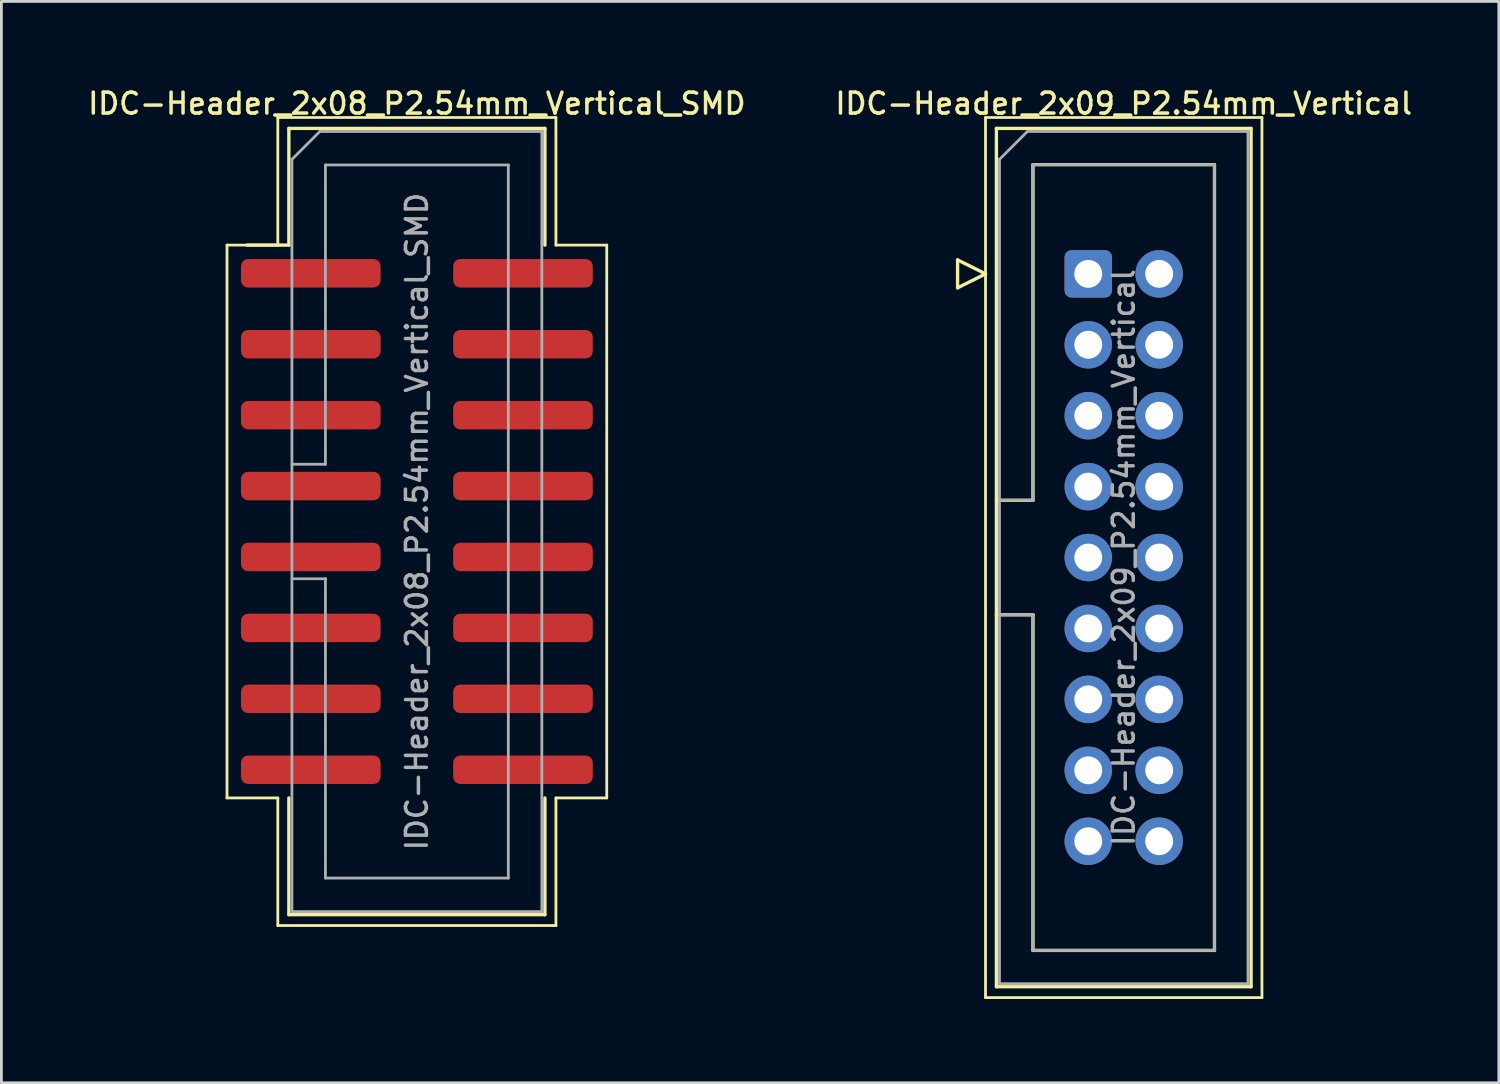
<source format=kicad_pcb>
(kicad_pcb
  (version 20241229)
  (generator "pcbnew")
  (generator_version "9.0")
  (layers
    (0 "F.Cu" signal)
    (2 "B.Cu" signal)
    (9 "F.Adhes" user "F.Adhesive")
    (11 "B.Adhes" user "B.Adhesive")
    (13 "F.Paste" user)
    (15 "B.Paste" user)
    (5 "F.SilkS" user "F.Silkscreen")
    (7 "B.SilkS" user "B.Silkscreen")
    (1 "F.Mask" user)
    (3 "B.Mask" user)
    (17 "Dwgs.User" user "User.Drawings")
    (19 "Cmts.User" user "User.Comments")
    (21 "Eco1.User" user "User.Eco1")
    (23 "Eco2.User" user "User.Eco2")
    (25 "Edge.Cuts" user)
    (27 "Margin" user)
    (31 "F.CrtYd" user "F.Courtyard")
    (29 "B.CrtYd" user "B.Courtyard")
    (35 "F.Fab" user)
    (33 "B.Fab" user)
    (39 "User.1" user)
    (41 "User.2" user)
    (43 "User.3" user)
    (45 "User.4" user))
  (footprint "IDC-Header_2x08_P2.54mm_Vertical_SMD"
    (layer "F.Cu")
    (at 11.88 15.628)
    (property "Reference" "IDC-Header_2x08_P2.54mm_Vertical_SMD" (at 0 -14.97 0) (layer "F.SilkS") (effects (font (size 0.75 0.75) (thickness 0.125))))
    (attr smd)
    (fp_line (start -6.8 -9.9) (end -6.8 9.9) (stroke (width 0.1) (type solid)) (layer "F.SilkS"))
    (fp_line (start -6.8 9.9) (end -4.98 9.9) (stroke (width 0.1) (type solid)) (layer "F.SilkS"))
    (fp_line (start -4.98 -14.47) (end -4.98 -9.9) (stroke (width 0.1) (type solid)) (layer "F.SilkS"))
    (fp_line (start -4.98 -9.9) (end -6.8 -9.9) (stroke (width 0.1) (type solid)) (layer "F.SilkS"))
    (fp_line (start -4.98 9.9) (end -4.98 14.47) (stroke (width 0.1) (type solid)) (layer "F.SilkS"))
    (fp_line (start -4.98 14.47) (end 4.98 14.47) (stroke (width 0.1) (type solid)) (layer "F.SilkS"))
    (fp_line (start -4.585 -14.08) (end 4.585 -14.08) (stroke (width 0.12) (type solid)) (layer "F.SilkS"))
    (fp_line (start -4.585 -9.9) (end -6.085 -9.9) (stroke (width 0.12) (type solid)) (layer "F.SilkS"))
    (fp_line (start -4.585 -9.9) (end -4.585 -14.08) (stroke (width 0.12) (type solid)) (layer "F.SilkS"))
    (fp_line (start -4.585 9.9) (end -4.585 14.08) (stroke (width 0.12) (type solid)) (layer "F.SilkS"))
    (fp_line (start -4.585 14.08) (end 4.585 14.08) (stroke (width 0.12) (type solid)) (layer "F.SilkS"))
    (fp_line (start 4.585 -14.08) (end 4.585 -9.9) (stroke (width 0.12) (type solid)) (layer "F.SilkS"))
    (fp_line (start 4.585 14.08) (end 4.585 9.9) (stroke (width 0.12) (type solid)) (layer "F.SilkS"))
    (fp_line (start 4.98 -14.47) (end -4.98 -14.47) (stroke (width 0.1) (type solid)) (layer "F.SilkS"))
    (fp_line (start 4.98 -9.9) (end 4.98 -14.47) (stroke (width 0.1) (type solid)) (layer "F.SilkS"))
    (fp_line (start 4.98 9.9) (end 6.8 9.9) (stroke (width 0.1) (type solid)) (layer "F.SilkS"))
    (fp_line (start 4.98 14.47) (end 4.98 9.9) (stroke (width 0.1) (type solid)) (layer "F.SilkS"))
    (fp_line (start 6.8 -9.9) (end 4.98 -9.9) (stroke (width 0.1) (type solid)) (layer "F.SilkS"))
    (fp_line (start 6.8 9.9) (end 6.8 -9.9) (stroke (width 0.1) (type solid)) (layer "F.SilkS"))
    (fp_line (start -4.475 -12.97) (end -3.475 -13.97) (stroke (width 0.1) (type solid)) (layer "F.Fab"))
    (fp_line (start -4.475 -2.05) (end -3.275 -2.05) (stroke (width 0.1) (type solid)) (layer "F.Fab"))
    (fp_line (start -4.475 13.97) (end -4.475 -12.97) (stroke (width 0.1) (type solid)) (layer "F.Fab"))
    (fp_line (start -3.475 -13.97) (end 4.475 -13.97) (stroke (width 0.1) (type solid)) (layer "F.Fab"))
    (fp_line (start -3.275 -12.77) (end 3.275 -12.77) (stroke (width 0.1) (type solid)) (layer "F.Fab"))
    (fp_line (start -3.275 -2.05) (end -3.275 -12.77) (stroke (width 0.1) (type solid)) (layer "F.Fab"))
    (fp_line (start -3.275 2.05) (end -4.475 2.05) (stroke (width 0.1) (type solid)) (layer "F.Fab"))
    (fp_line (start -3.275 2.05) (end -3.275 2.05) (stroke (width 0.1) (type solid)) (layer "F.Fab"))
    (fp_line (start -3.275 12.77) (end -3.275 2.05) (stroke (width 0.1) (type solid)) (layer "F.Fab"))
    (fp_line (start 3.275 -12.77) (end 3.275 12.77) (stroke (width 0.1) (type solid)) (layer "F.Fab"))
    (fp_line (start 3.275 12.77) (end -3.275 12.77) (stroke (width 0.1) (type solid)) (layer "F.Fab"))
    (fp_line (start 4.475 -13.97) (end 4.475 13.97) (stroke (width 0.1) (type solid)) (layer "F.Fab"))
    (fp_line (start 4.475 13.97) (end -4.475 13.97) (stroke (width 0.1) (type solid)) (layer "F.Fab"))
    (fp_text user "${REFERENCE}" (at 0 0 90) (layer "F.Fab") (effects (font (size 0.75 0.75) (thickness 0.125))))
    (pad "1" smd roundrect (at -3.8 -8.89) (size 5 1.02) (layers "F.Cu" "F.Mask" "F.Paste") (roundrect_rratio 0.25))
    (pad "2" smd roundrect (at 3.8 -8.89) (size 5 1.02) (layers "F.Cu" "F.Mask" "F.Paste") (roundrect_rratio 0.25))
    (pad "3" smd roundrect (at -3.8 -6.35) (size 5 1.02) (layers "F.Cu" "F.Mask" "F.Paste") (roundrect_rratio 0.25))
    (pad "4" smd roundrect (at 3.8 -6.35) (size 5 1.02) (layers "F.Cu" "F.Mask" "F.Paste") (roundrect_rratio 0.25))
    (pad "5" smd roundrect (at -3.8 -3.81) (size 5 1.02) (layers "F.Cu" "F.Mask" "F.Paste") (roundrect_rratio 0.25))
    (pad "6" smd roundrect (at 3.8 -3.81) (size 5 1.02) (layers "F.Cu" "F.Mask" "F.Paste") (roundrect_rratio 0.25))
    (pad "7" smd roundrect (at -3.8 -1.27) (size 5 1.02) (layers "F.Cu" "F.Mask" "F.Paste") (roundrect_rratio 0.25))
    (pad "8" smd roundrect (at 3.8 -1.27) (size 5 1.02) (layers "F.Cu" "F.Mask" "F.Paste") (roundrect_rratio 0.25))
    (pad "9" smd roundrect (at -3.8 1.27) (size 5 1.02) (layers "F.Cu" "F.Mask" "F.Paste") (roundrect_rratio 0.25))
    (pad "10" smd roundrect (at 3.8 1.27) (size 5 1.02) (layers "F.Cu" "F.Mask" "F.Paste") (roundrect_rratio 0.25))
    (pad "11" smd roundrect (at -3.8 3.81) (size 5 1.02) (layers "F.Cu" "F.Mask" "F.Paste") (roundrect_rratio 0.25))
    (pad "12" smd roundrect (at 3.8 3.81) (size 5 1.02) (layers "F.Cu" "F.Mask" "F.Paste") (roundrect_rratio 0.25))
    (pad "13" smd roundrect (at -3.8 6.35) (size 5 1.02) (layers "F.Cu" "F.Mask" "F.Paste") (roundrect_rratio 0.25))
    (pad "14" smd roundrect (at 3.8 6.35) (size 5 1.02) (layers "F.Cu" "F.Mask" "F.Paste") (roundrect_rratio 0.25))
    (pad "15" smd roundrect (at -3.8 8.89) (size 5 1.02) (layers "F.Cu" "F.Mask" "F.Paste") (roundrect_rratio 0.25))
    (pad "16" smd roundrect (at 3.8 8.89) (size 5 1.02) (layers "F.Cu" "F.Mask" "F.Paste") (roundrect_rratio 0.25)))
  (footprint "IDC-Header_2x09_P2.54mm_Vertical"
    (layer "F.Cu")
    (at 35.925 6.758)
    (property "Reference" "IDC-Header_2x09_P2.54mm_Vertical" (at 1.27 -6.1 0) (layer "F.SilkS") (effects (font (size 0.75 0.75) (thickness 0.125))))
    (attr through_hole)
    (fp_line (start -4.68 -0.5) (end -4.68 0.5) (stroke (width 0.12) (type solid)) (layer "F.SilkS"))
    (fp_line (start -4.68 0.5) (end -3.68 0) (stroke (width 0.12) (type solid)) (layer "F.SilkS"))
    (fp_line (start -3.68 -5.6) (end -3.68 25.92) (stroke (width 0.1) (type solid)) (layer "F.SilkS"))
    (fp_line (start -3.68 0) (end -4.68 -0.5) (stroke (width 0.12) (type solid)) (layer "F.SilkS"))
    (fp_line (start -3.68 25.92) (end 6.22 25.92) (stroke (width 0.1) (type solid)) (layer "F.SilkS"))
    (fp_line (start -3.29 -5.21) (end 5.83 -5.21) (stroke (width 0.12) (type solid)) (layer "F.SilkS"))
    (fp_line (start -3.29 8.11) (end -1.98 8.11) (stroke (width 0.12) (type solid)) (layer "F.SilkS"))
    (fp_line (start -3.29 25.53) (end -3.29 -5.21) (stroke (width 0.12) (type solid)) (layer "F.SilkS"))
    (fp_line (start -1.98 -3.91) (end 4.52 -3.91) (stroke (width 0.12) (type solid)) (layer "F.SilkS"))
    (fp_line (start -1.98 8.11) (end -1.98 -3.91) (stroke (width 0.12) (type solid)) (layer "F.SilkS"))
    (fp_line (start -1.98 12.21) (end -3.29 12.21) (stroke (width 0.12) (type solid)) (layer "F.SilkS"))
    (fp_line (start -1.98 12.21) (end -1.98 12.21) (stroke (width 0.12) (type solid)) (layer "F.SilkS"))
    (fp_line (start -1.98 24.23) (end -1.98 12.21) (stroke (width 0.12) (type solid)) (layer "F.SilkS"))
    (fp_line (start 4.52 -3.91) (end 4.52 24.23) (stroke (width 0.12) (type solid)) (layer "F.SilkS"))
    (fp_line (start 4.52 24.23) (end -1.98 24.23) (stroke (width 0.12) (type solid)) (layer "F.SilkS"))
    (fp_line (start 5.83 -5.21) (end 5.83 25.53) (stroke (width 0.12) (type solid)) (layer "F.SilkS"))
    (fp_line (start 5.83 25.53) (end -3.29 25.53) (stroke (width 0.12) (type solid)) (layer "F.SilkS"))
    (fp_line (start 6.22 -5.6) (end -3.68 -5.6) (stroke (width 0.1) (type solid)) (layer "F.SilkS"))
    (fp_line (start 6.22 25.92) (end 6.22 -5.6) (stroke (width 0.1) (type solid)) (layer "F.SilkS"))
    (fp_line (start -3.18 -4.1) (end -2.18 -5.1) (stroke (width 0.1) (type solid)) (layer "F.Fab"))
    (fp_line (start -3.18 8.11) (end -1.98 8.11) (stroke (width 0.1) (type solid)) (layer "F.Fab"))
    (fp_line (start -3.18 25.42) (end -3.18 -4.1) (stroke (width 0.1) (type solid)) (layer "F.Fab"))
    (fp_line (start -2.18 -5.1) (end 5.72 -5.1) (stroke (width 0.1) (type solid)) (layer "F.Fab"))
    (fp_line (start -1.98 -3.91) (end 4.52 -3.91) (stroke (width 0.1) (type solid)) (layer "F.Fab"))
    (fp_line (start -1.98 8.11) (end -1.98 -3.91) (stroke (width 0.1) (type solid)) (layer "F.Fab"))
    (fp_line (start -1.98 12.21) (end -3.18 12.21) (stroke (width 0.1) (type solid)) (layer "F.Fab"))
    (fp_line (start -1.98 12.21) (end -1.98 12.21) (stroke (width 0.1) (type solid)) (layer "F.Fab"))
    (fp_line (start -1.98 24.23) (end -1.98 12.21) (stroke (width 0.1) (type solid)) (layer "F.Fab"))
    (fp_line (start 4.52 -3.91) (end 4.52 24.23) (stroke (width 0.1) (type solid)) (layer "F.Fab"))
    (fp_line (start 4.52 24.23) (end -1.98 24.23) (stroke (width 0.1) (type solid)) (layer "F.Fab"))
    (fp_line (start 5.72 -5.1) (end 5.72 25.42) (stroke (width 0.1) (type solid)) (layer "F.Fab"))
    (fp_line (start 5.72 25.42) (end -3.18 25.42) (stroke (width 0.1) (type solid)) (layer "F.Fab"))
    (fp_text user "${REFERENCE}" (at 1.27 10.16 90) (layer "F.Fab") (effects (font (size 0.75 0.75) (thickness 0.125))))
    (pad "1" thru_hole roundrect (at 0 0) (size 1.7 1.7) (drill 1) (layers "*.Cu" "*.Mask") (roundrect_rratio 0.147))
    (pad "2" thru_hole circle (at 2.54 0) (size 1.7 1.7) (drill 1) (layers "*.Cu" "*.Mask"))
    (pad "3" thru_hole circle (at 0 2.54) (size 1.7 1.7) (drill 1) (layers "*.Cu" "*.Mask"))
    (pad "4" thru_hole circle (at 2.54 2.54) (size 1.7 1.7) (drill 1) (layers "*.Cu" "*.Mask"))
    (pad "5" thru_hole circle (at 0 5.08) (size 1.7 1.7) (drill 1) (layers "*.Cu" "*.Mask"))
    (pad "6" thru_hole circle (at 2.54 5.08) (size 1.7 1.7) (drill 1) (layers "*.Cu" "*.Mask"))
    (pad "7" thru_hole circle (at 0 7.62) (size 1.7 1.7) (drill 1) (layers "*.Cu" "*.Mask"))
    (pad "8" thru_hole circle (at 2.54 7.62) (size 1.7 1.7) (drill 1) (layers "*.Cu" "*.Mask"))
    (pad "9" thru_hole circle (at 0 10.16) (size 1.7 1.7) (drill 1) (layers "*.Cu" "*.Mask"))
    (pad "10" thru_hole circle (at 2.54 10.16) (size 1.7 1.7) (drill 1) (layers "*.Cu" "*.Mask"))
    (pad "11" thru_hole circle (at 0 12.7) (size 1.7 1.7) (drill 1) (layers "*.Cu" "*.Mask"))
    (pad "12" thru_hole circle (at 2.54 12.7) (size 1.7 1.7) (drill 1) (layers "*.Cu" "*.Mask"))
    (pad "13" thru_hole circle (at 0 15.24) (size 1.7 1.7) (drill 1) (layers "*.Cu" "*.Mask"))
    (pad "14" thru_hole circle (at 2.54 15.24) (size 1.7 1.7) (drill 1) (layers "*.Cu" "*.Mask"))
    (pad "15" thru_hole circle (at 0 17.78) (size 1.7 1.7) (drill 1) (layers "*.Cu" "*.Mask"))
    (pad "16" thru_hole circle (at 2.54 17.78) (size 1.7 1.7) (drill 1) (layers "*.Cu" "*.Mask"))
    (pad "17" thru_hole circle (at 0 20.32) (size 1.7 1.7) (drill 1) (layers "*.Cu" "*.Mask"))
    (pad "18" thru_hole circle (at 2.54 20.32) (size 1.7 1.7) (drill 1) (layers "*.Cu" "*.Mask")))
  (gr_rect
    (start -3 -3)
    (end 50.629 35.728)
    (stroke (width 0.1) (type default))
    (fill no)
    (layer "Edge.Cuts")))
</source>
